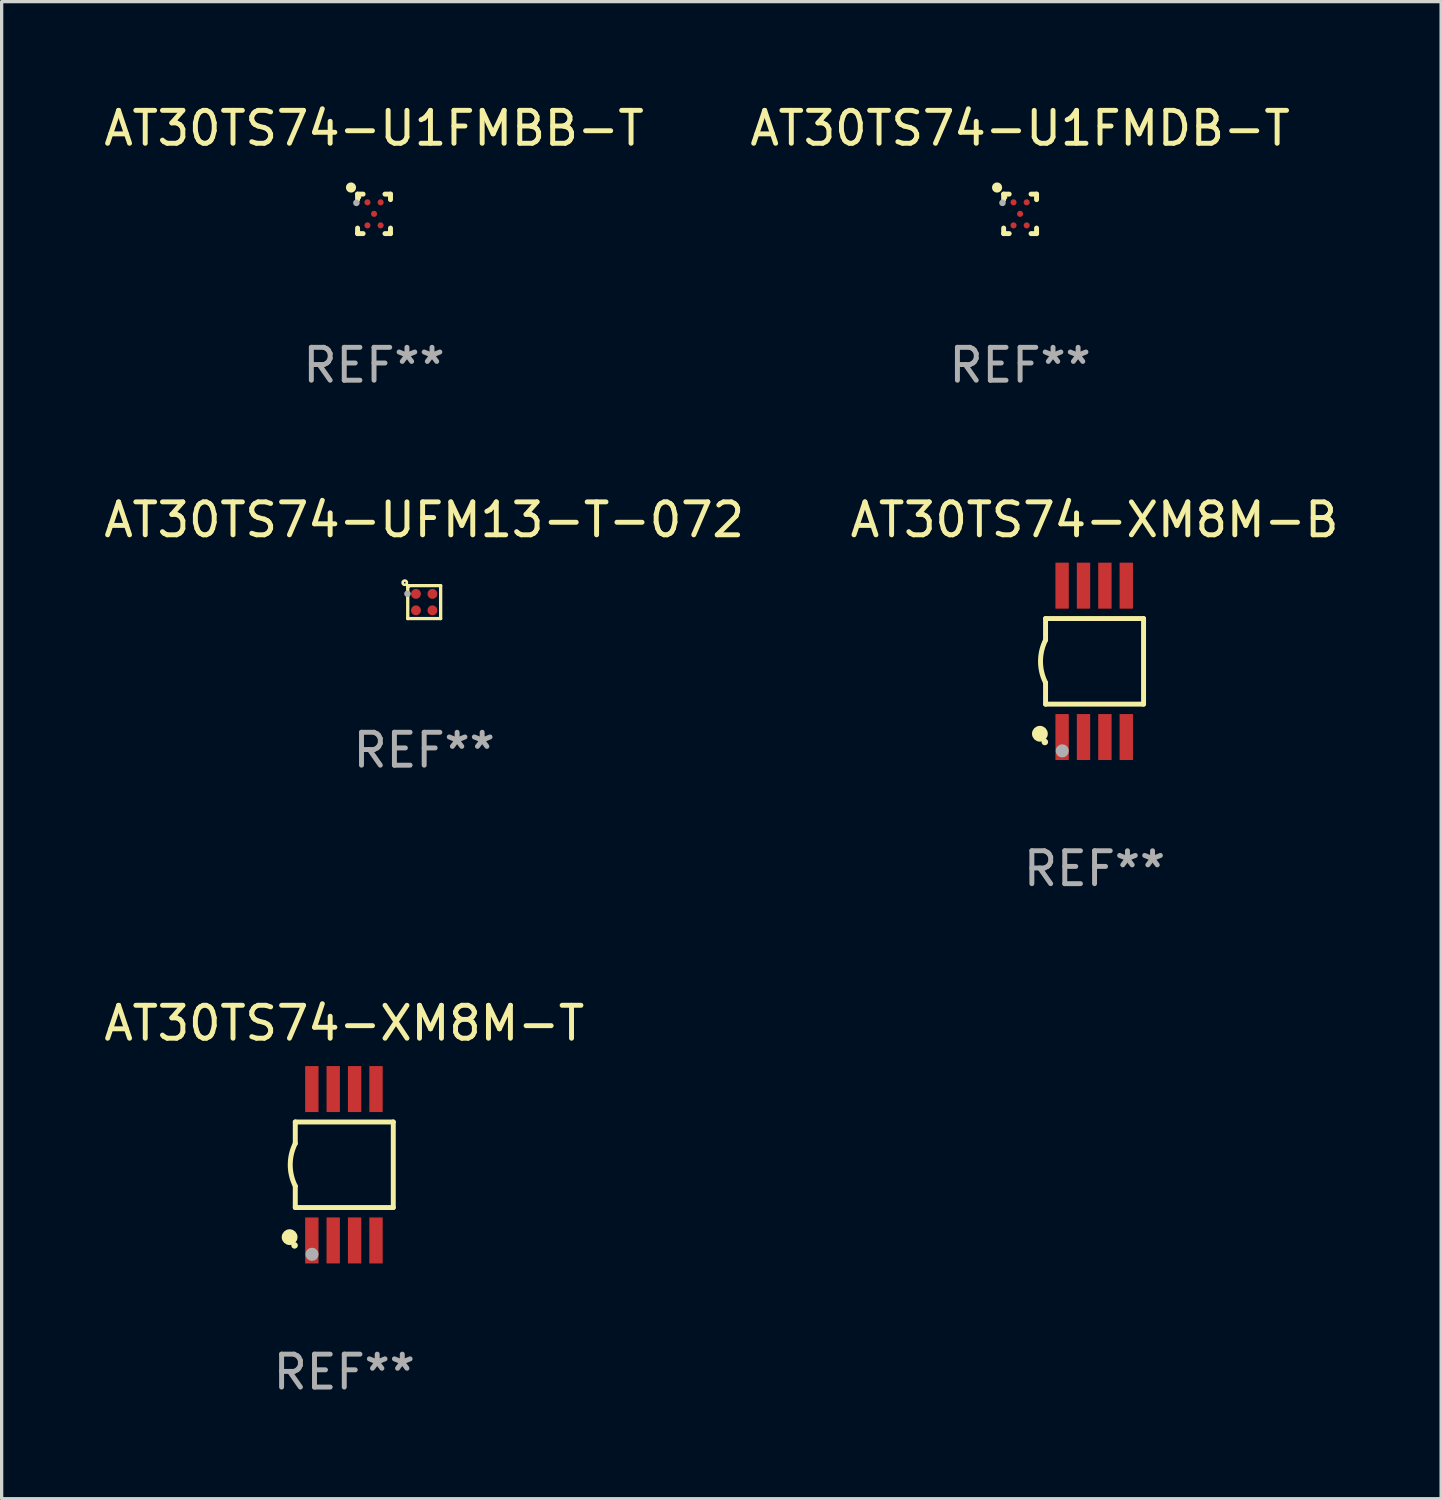
<source format=kicad_pcb>
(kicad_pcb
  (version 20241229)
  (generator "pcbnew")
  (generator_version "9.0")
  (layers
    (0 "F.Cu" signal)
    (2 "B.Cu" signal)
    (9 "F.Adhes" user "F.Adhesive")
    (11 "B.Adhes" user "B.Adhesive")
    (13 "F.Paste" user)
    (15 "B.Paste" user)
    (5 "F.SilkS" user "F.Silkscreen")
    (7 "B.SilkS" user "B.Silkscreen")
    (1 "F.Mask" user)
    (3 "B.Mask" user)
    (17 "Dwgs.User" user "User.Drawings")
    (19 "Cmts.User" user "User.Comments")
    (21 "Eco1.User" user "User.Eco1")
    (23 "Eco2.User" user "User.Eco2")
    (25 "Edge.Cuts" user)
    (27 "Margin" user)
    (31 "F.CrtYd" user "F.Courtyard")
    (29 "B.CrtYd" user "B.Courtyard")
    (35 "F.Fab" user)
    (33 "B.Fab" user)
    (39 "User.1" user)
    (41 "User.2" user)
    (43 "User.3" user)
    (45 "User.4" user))
  (footprint "AT30TS74-XM8M-T"
    (layer "F.Cu")
    (at 7.411 32.341)
    (property "Reference" "AT30TS74-XM8M-T" (at 0 -4.3 0) (layer "F.SilkS") (effects (font (size 1 1) (thickness 0.15))))
    (attr through_hole)
    (fp_line (start -1.489 -1.3) (end -1.489 -0.648) (stroke (width 0.15) (type solid)) (layer "F.SilkS"))
    (fp_line (start -1.489 0.648) (end -1.489 1.3) (stroke (width 0.15) (type solid)) (layer "F.SilkS"))
    (fp_line (start -1.489 1.3) (end 1.489 1.3) (stroke (width 0.15) (type solid)) (layer "F.SilkS"))
    (fp_line (start 1.489 -1.3) (end -1.489 -1.3) (stroke (width 0.15) (type solid)) (layer "F.SilkS"))
    (fp_line (start 1.489 1.3) (end 1.489 -1.3) (stroke (width 0.15) (type solid)) (layer "F.SilkS"))
    (fp_arc (start -1.489205 0.647702) (mid -1.642107 0) (end -1.489205 -0.647701) (stroke (width 0.150013) (type solid)) (layer "F.SilkS"))
    (fp_circle (center -1.661 2.2) (end -1.541 2.2) (stroke (width 0.24) (type solid)) (fill no) (layer "F.SilkS"))
    (fp_circle (center -1.511 2.45) (end -1.461 2.45) (stroke (width 0.1) (type solid)) (fill no) (layer "F.SilkS"))
    (fp_circle (center -0.981 2.72) (end -0.881 2.72) (stroke (width 0.2) (type solid)) (fill no) (layer "F.Fab"))
    (fp_text user "REF**" (at 0 6.3 0) (layer "F.Fab") (effects (font (size 1 1) (thickness 0.15))))
    (pad "1" smd rect (at -0.986 2.3) (size 0.406 1.397) (layers "F.Cu" "F.Mask" "F.Paste"))
    (pad "2" smd rect (at -0.336 2.3) (size 0.406 1.397) (layers "F.Cu" "F.Mask" "F.Paste"))
    (pad "3" smd rect (at 0.314 2.3) (size 0.406 1.397) (layers "F.Cu" "F.Mask" "F.Paste"))
    (pad "4" smd rect (at 0.964 2.3) (size 0.406 1.397) (layers "F.Cu" "F.Mask" "F.Paste"))
    (pad "5" smd rect (at 0.964 -2.3) (size 0.406 1.397) (layers "F.Cu" "F.Mask" "F.Paste"))
    (pad "6" smd rect (at 0.314 -2.3) (size 0.406 1.397) (layers "F.Cu" "F.Mask" "F.Paste"))
    (pad "7" smd rect (at -0.336 -2.3) (size 0.406 1.397) (layers "F.Cu" "F.Mask" "F.Paste"))
    (pad "8" smd rect (at -0.986 -2.3) (size 0.406 1.397) (layers "F.Cu" "F.Mask" "F.Paste")))
  (footprint "AT30TS74-XM8M-B"
    (layer "F.Cu")
    (at 30.208 17.045)
    (property "Reference" "AT30TS74-XM8M-B" (at 0 -4.3 0) (layer "F.SilkS") (effects (font (size 1 1) (thickness 0.15))))
    (attr through_hole)
    (fp_line (start -1.489 -1.3) (end -1.489 -0.648) (stroke (width 0.15) (type solid)) (layer "F.SilkS"))
    (fp_line (start -1.489 0.648) (end -1.489 1.3) (stroke (width 0.15) (type solid)) (layer "F.SilkS"))
    (fp_line (start -1.489 1.3) (end 1.489 1.3) (stroke (width 0.15) (type solid)) (layer "F.SilkS"))
    (fp_line (start 1.489 -1.3) (end -1.489 -1.3) (stroke (width 0.15) (type solid)) (layer "F.SilkS"))
    (fp_line (start 1.489 1.3) (end 1.489 -1.3) (stroke (width 0.15) (type solid)) (layer "F.SilkS"))
    (fp_arc (start -1.489205 0.647702) (mid -1.642107 0) (end -1.489205 -0.647701) (stroke (width 0.150013) (type solid)) (layer "F.SilkS"))
    (fp_circle (center -1.661 2.2) (end -1.541 2.2) (stroke (width 0.24) (type solid)) (fill no) (layer "F.SilkS"))
    (fp_circle (center -1.511 2.45) (end -1.461 2.45) (stroke (width 0.1) (type solid)) (fill no) (layer "F.SilkS"))
    (fp_circle (center -0.981 2.72) (end -0.881 2.72) (stroke (width 0.2) (type solid)) (fill no) (layer "F.Fab"))
    (fp_text user "REF**" (at 0 6.3 0) (layer "F.Fab") (effects (font (size 1 1) (thickness 0.15))))
    (pad "1" smd rect (at -0.986 2.3) (size 0.406 1.397) (layers "F.Cu" "F.Mask" "F.Paste"))
    (pad "2" smd rect (at -0.336 2.3) (size 0.406 1.397) (layers "F.Cu" "F.Mask" "F.Paste"))
    (pad "3" smd rect (at 0.314 2.3) (size 0.406 1.397) (layers "F.Cu" "F.Mask" "F.Paste"))
    (pad "4" smd rect (at 0.964 2.3) (size 0.406 1.397) (layers "F.Cu" "F.Mask" "F.Paste"))
    (pad "5" smd rect (at 0.964 -2.3) (size 0.406 1.397) (layers "F.Cu" "F.Mask" "F.Paste"))
    (pad "6" smd rect (at 0.314 -2.3) (size 0.406 1.397) (layers "F.Cu" "F.Mask" "F.Paste"))
    (pad "7" smd rect (at -0.336 -2.3) (size 0.406 1.397) (layers "F.Cu" "F.Mask" "F.Paste"))
    (pad "8" smd rect (at -0.986 -2.3) (size 0.406 1.397) (layers "F.Cu" "F.Mask" "F.Paste")))
  (footprint "AT30TS74-UFM13-T-072"
    (layer "F.Cu")
    (at 9.839 15.245)
    (property "Reference" "AT30TS74-UFM13-T-072" (at 0 -2.5 0) (layer "F.SilkS") (effects (font (size 1 1) (thickness 0.15))))
    (attr through_hole)
    (fp_line (start -0.5 -0.5) (end 0.5 -0.5) (stroke (width 0.1) (type solid)) (layer "F.SilkS"))
    (fp_line (start -0.5 0.5) (end -0.5 -0.5) (stroke (width 0.1) (type solid)) (layer "F.SilkS"))
    (fp_line (start 0.5 -0.5) (end 0.5 0.5) (stroke (width 0.1) (type solid)) (layer "F.SilkS"))
    (fp_line (start 0.5 0.5) (end -0.5 0.5) (stroke (width 0.1) (type solid)) (layer "F.SilkS"))
    (fp_circle (center -0.59 -0.59) (end -0.565 -0.59) (stroke (width 0.08) (type solid)) (fill no) (layer "F.SilkS"))
    (fp_circle (center -0.481 -0.48) (end -0.451 -0.48) (stroke (width 0.06) (type solid)) (fill no) (layer "F.SilkS"))
    (fp_circle (center -0.508 -0.254) (end -0.458 -0.254) (stroke (width 0.1) (type solid)) (fill no) (layer "F.Fab"))
    (fp_text user "REF**" (at 0 4.5 0) (layer "F.Fab") (effects (font (size 1 1) (thickness 0.15))))
    (pad "A1" smd circle (at -0.25 -0.25) (size 0.3 0.3) (layers "F.Cu" "F.Mask" "F.Paste"))
    (pad "A2" smd circle (at 0.25 -0.25) (size 0.3 0.3) (layers "F.Cu" "F.Mask" "F.Paste"))
    (pad "B1" smd circle (at -0.25 0.25) (size 0.3 0.3) (layers "F.Cu" "F.Mask" "F.Paste"))
    (pad "B2" smd circle (at 0.25 0.25) (size 0.3 0.3) (layers "F.Cu" "F.Mask" "F.Paste")))
  (footprint "AT30TS74-U1FMBB-T"
    (layer "F.Cu")
    (at 8.315 3.448)
    (property "Reference" "AT30TS74-U1FMBB-T" (at 0 -2.6 0) (layer "F.SilkS") (effects (font (size 1 1) (thickness 0.15))))
    (attr through_hole)
    (fp_line (start -0.5 -0.6) (end -0.332 -0.6) (stroke (width 0.15) (type solid)) (layer "F.SilkS"))
    (fp_line (start -0.5 -0.432) (end -0.5 -0.6) (stroke (width 0.15) (type solid)) (layer "F.SilkS"))
    (fp_line (start -0.5 0.6) (end -0.5 0.432) (stroke (width 0.15) (type solid)) (layer "F.SilkS"))
    (fp_line (start -0.332 0.6) (end -0.5 0.6) (stroke (width 0.15) (type solid)) (layer "F.SilkS"))
    (fp_line (start 0.332 -0.6) (end 0.5 -0.6) (stroke (width 0.15) (type solid)) (layer "F.SilkS"))
    (fp_line (start 0.5 -0.6) (end 0.5 -0.432) (stroke (width 0.15) (type solid)) (layer "F.SilkS"))
    (fp_line (start 0.5 0.432) (end 0.5 0.6) (stroke (width 0.15) (type solid)) (layer "F.SilkS"))
    (fp_line (start 0.5 0.6) (end 0.332 0.6) (stroke (width 0.15) (type solid)) (layer "F.SilkS"))
    (fp_circle (center -0.7 -0.8) (end -0.62 -0.8) (stroke (width 0.15) (type solid)) (fill no) (layer "F.SilkS"))
    (fp_circle (center -0.45 -0.5) (end -0.42 -0.5) (stroke (width 0.06) (type solid)) (fill no) (layer "F.SilkS"))
    (fp_circle (center -0.536 -0.334) (end -0.486 -0.334) (stroke (width 0.1) (type solid)) (fill no) (layer "F.Fab"))
    (fp_text user "REF**" (at 0 4.6 0) (layer "F.Fab") (effects (font (size 1 1) (thickness 0.15))))
    (pad "A1" smd circle (at -0.2 -0.35) (size 0.185 0.185) (layers "F.Cu" "F.Mask" "F.Paste"))
    (pad "A3" smd circle (at 0.2 -0.35) (size 0.185 0.185) (layers "F.Cu" "F.Mask" "F.Paste"))
    (pad "B2" smd circle (at 0.000038 0.000051) (size 0.185 0.185) (layers "F.Cu" "F.Mask" "F.Paste"))
    (pad "C1" smd circle (at -0.2 0.35) (size 0.185 0.185) (layers "F.Cu" "F.Mask" "F.Paste"))
    (pad "C3" smd circle (at 0.2 0.35) (size 0.185 0.185) (layers "F.Cu" "F.Mask" "F.Paste")))
  (footprint "AT30TS74-U1FMDB-T"
    (layer "F.Cu")
    (at 27.946 3.448)
    (property "Reference" "AT30TS74-U1FMDB-T" (at 0 -2.6 0) (layer "F.SilkS") (effects (font (size 1 1) (thickness 0.15))))
    (attr through_hole)
    (fp_line (start -0.5 -0.6) (end -0.332 -0.6) (stroke (width 0.15) (type solid)) (layer "F.SilkS"))
    (fp_line (start -0.5 -0.432) (end -0.5 -0.6) (stroke (width 0.15) (type solid)) (layer "F.SilkS"))
    (fp_line (start -0.5 0.6) (end -0.5 0.432) (stroke (width 0.15) (type solid)) (layer "F.SilkS"))
    (fp_line (start -0.332 0.6) (end -0.5 0.6) (stroke (width 0.15) (type solid)) (layer "F.SilkS"))
    (fp_line (start 0.332 -0.6) (end 0.5 -0.6) (stroke (width 0.15) (type solid)) (layer "F.SilkS"))
    (fp_line (start 0.5 -0.6) (end 0.5 -0.432) (stroke (width 0.15) (type solid)) (layer "F.SilkS"))
    (fp_line (start 0.5 0.432) (end 0.5 0.6) (stroke (width 0.15) (type solid)) (layer "F.SilkS"))
    (fp_line (start 0.5 0.6) (end 0.332 0.6) (stroke (width 0.15) (type solid)) (layer "F.SilkS"))
    (fp_circle (center -0.7 -0.8) (end -0.62 -0.8) (stroke (width 0.15) (type solid)) (fill no) (layer "F.SilkS"))
    (fp_circle (center -0.45 -0.5) (end -0.42 -0.5) (stroke (width 0.06) (type solid)) (fill no) (layer "F.SilkS"))
    (fp_circle (center -0.536 -0.334) (end -0.486 -0.334) (stroke (width 0.1) (type solid)) (fill no) (layer "F.Fab"))
    (fp_text user "REF**" (at 0 4.6 0) (layer "F.Fab") (effects (font (size 1 1) (thickness 0.15))))
    (pad "A1" smd circle (at -0.2 -0.35) (size 0.185 0.185) (layers "F.Cu" "F.Mask" "F.Paste"))
    (pad "A3" smd circle (at 0.2 -0.35) (size 0.185 0.185) (layers "F.Cu" "F.Mask" "F.Paste"))
    (pad "B2" smd circle (at 0.000038 0.000051) (size 0.185 0.185) (layers "F.Cu" "F.Mask" "F.Paste"))
    (pad "C1" smd circle (at -0.2 0.35) (size 0.185 0.185) (layers "F.Cu" "F.Mask" "F.Paste"))
    (pad "C3" smd circle (at 0.2 0.35) (size 0.185 0.185) (layers "F.Cu" "F.Mask" "F.Paste")))
  (gr_rect
    (start -3 -3)
    (end 40.738 42.489)
    (stroke (width 0.1) (type default))
    (fill no)
    (layer "Edge.Cuts")))
</source>
